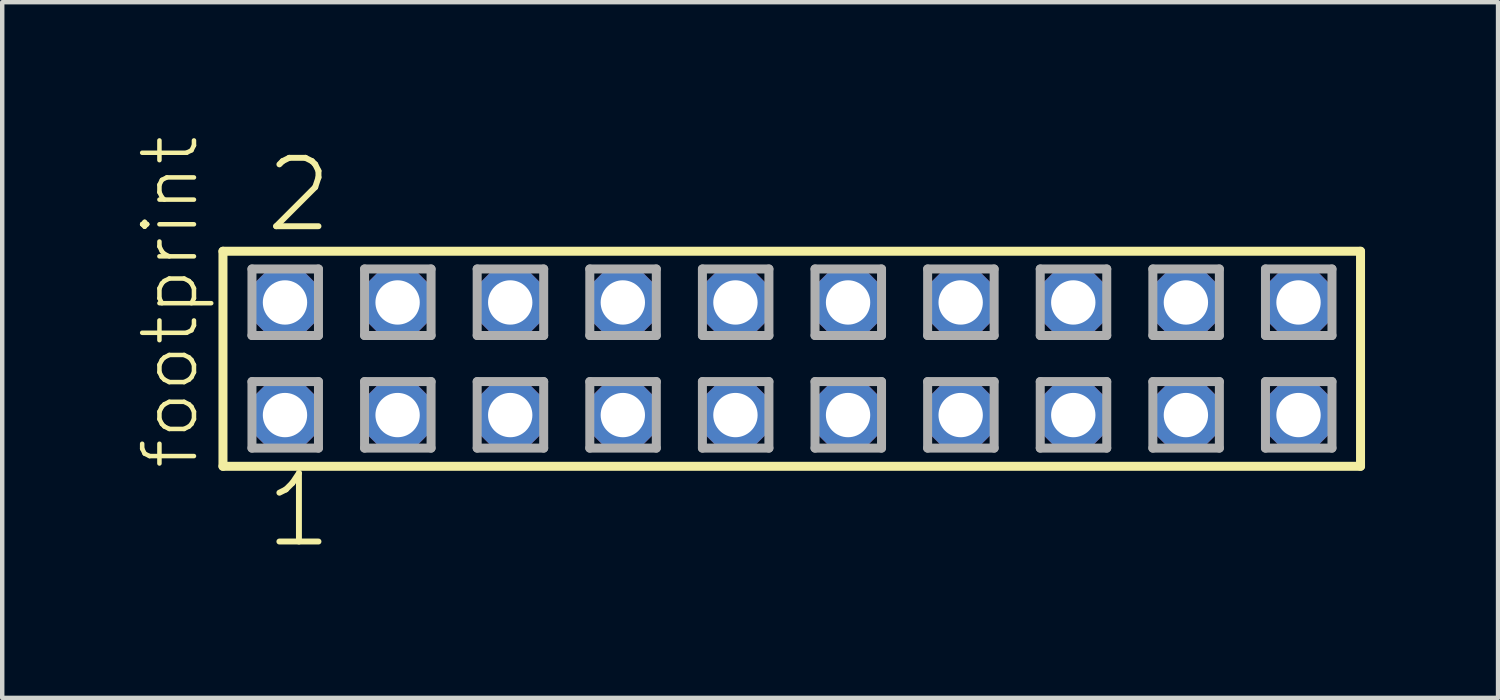
<source format=kicad_pcb>
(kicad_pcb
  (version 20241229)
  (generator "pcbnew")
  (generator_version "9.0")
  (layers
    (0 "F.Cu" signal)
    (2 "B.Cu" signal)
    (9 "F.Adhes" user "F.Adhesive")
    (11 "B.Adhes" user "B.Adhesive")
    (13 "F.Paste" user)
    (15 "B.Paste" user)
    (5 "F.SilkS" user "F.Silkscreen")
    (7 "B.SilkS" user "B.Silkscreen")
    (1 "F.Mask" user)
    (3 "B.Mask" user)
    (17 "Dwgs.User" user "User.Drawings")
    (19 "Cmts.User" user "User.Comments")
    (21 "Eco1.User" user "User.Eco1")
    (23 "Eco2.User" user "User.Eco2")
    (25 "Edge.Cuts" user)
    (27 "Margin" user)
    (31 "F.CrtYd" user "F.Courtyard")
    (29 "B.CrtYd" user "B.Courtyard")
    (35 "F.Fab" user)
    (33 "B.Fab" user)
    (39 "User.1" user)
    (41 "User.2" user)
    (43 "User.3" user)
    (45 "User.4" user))
  (footprint "footprint"
    (layer "F.Cu")
    (at 14.808 5.042)
    (property "Reference" "footprint" (at -13.335 2.54 90) (layer "F.SilkS") (effects (font (size 1.168 1.168) (thickness 0.102)) (justify left bottom)))
    (fp_line (start -12.829 -2.425) (end 12.829 -2.425) (stroke (width 0.203) (type solid)) (layer "F.SilkS"))
    (fp_line (start -12.829 2.425) (end -12.829 -2.425) (stroke (width 0.203) (type solid)) (layer "F.SilkS"))
    (fp_line (start 12.829 -2.425) (end 12.829 2.425) (stroke (width 0.203) (type solid)) (layer "F.SilkS"))
    (fp_line (start 12.829 2.425) (end -12.829 2.425) (stroke (width 0.203) (type solid)) (layer "F.SilkS"))
    (fp_line (start -12.175 -2.025) (end -10.675 -2.025) (stroke (width 0.203) (type solid)) (layer "F.Fab"))
    (fp_line (start -12.175 -0.525) (end -12.175 -2.025) (stroke (width 0.203) (type solid)) (layer "F.Fab"))
    (fp_line (start -12.175 0.515) (end -10.675 0.515) (stroke (width 0.203) (type solid)) (layer "F.Fab"))
    (fp_line (start -12.175 2.015) (end -12.175 0.515) (stroke (width 0.203) (type solid)) (layer "F.Fab"))
    (fp_line (start -10.675 -2.025) (end -10.675 -0.525) (stroke (width 0.203) (type solid)) (layer "F.Fab"))
    (fp_line (start -10.675 -0.525) (end -12.175 -0.525) (stroke (width 0.203) (type solid)) (layer "F.Fab"))
    (fp_line (start -10.675 0.515) (end -10.675 2.015) (stroke (width 0.203) (type solid)) (layer "F.Fab"))
    (fp_line (start -10.675 2.015) (end -12.175 2.015) (stroke (width 0.203) (type solid)) (layer "F.Fab"))
    (fp_line (start -9.635 -2.025) (end -8.135 -2.025) (stroke (width 0.203) (type solid)) (layer "F.Fab"))
    (fp_line (start -9.635 -0.525) (end -9.635 -2.025) (stroke (width 0.203) (type solid)) (layer "F.Fab"))
    (fp_line (start -9.635 0.515) (end -8.135 0.515) (stroke (width 0.203) (type solid)) (layer "F.Fab"))
    (fp_line (start -9.635 2.015) (end -9.635 0.515) (stroke (width 0.203) (type solid)) (layer "F.Fab"))
    (fp_line (start -8.135 -2.025) (end -8.135 -0.525) (stroke (width 0.203) (type solid)) (layer "F.Fab"))
    (fp_line (start -8.135 -0.525) (end -9.635 -0.525) (stroke (width 0.203) (type solid)) (layer "F.Fab"))
    (fp_line (start -8.135 0.515) (end -8.135 2.015) (stroke (width 0.203) (type solid)) (layer "F.Fab"))
    (fp_line (start -8.135 2.015) (end -9.635 2.015) (stroke (width 0.203) (type solid)) (layer "F.Fab"))
    (fp_line (start -7.095 -2.025) (end -5.595 -2.025) (stroke (width 0.203) (type solid)) (layer "F.Fab"))
    (fp_line (start -7.095 -0.525) (end -7.095 -2.025) (stroke (width 0.203) (type solid)) (layer "F.Fab"))
    (fp_line (start -7.095 0.515) (end -5.595 0.515) (stroke (width 0.203) (type solid)) (layer "F.Fab"))
    (fp_line (start -7.095 2.015) (end -7.095 0.515) (stroke (width 0.203) (type solid)) (layer "F.Fab"))
    (fp_line (start -5.595 -2.025) (end -5.595 -0.525) (stroke (width 0.203) (type solid)) (layer "F.Fab"))
    (fp_line (start -5.595 -0.525) (end -7.095 -0.525) (stroke (width 0.203) (type solid)) (layer "F.Fab"))
    (fp_line (start -5.595 0.515) (end -5.595 2.015) (stroke (width 0.203) (type solid)) (layer "F.Fab"))
    (fp_line (start -5.595 2.015) (end -7.095 2.015) (stroke (width 0.203) (type solid)) (layer "F.Fab"))
    (fp_line (start -4.555 -2.025) (end -3.055 -2.025) (stroke (width 0.203) (type solid)) (layer "F.Fab"))
    (fp_line (start -4.555 -0.525) (end -4.555 -2.025) (stroke (width 0.203) (type solid)) (layer "F.Fab"))
    (fp_line (start -4.555 0.515) (end -3.055 0.515) (stroke (width 0.203) (type solid)) (layer "F.Fab"))
    (fp_line (start -4.555 2.015) (end -4.555 0.515) (stroke (width 0.203) (type solid)) (layer "F.Fab"))
    (fp_line (start -3.055 -2.025) (end -3.055 -0.525) (stroke (width 0.203) (type solid)) (layer "F.Fab"))
    (fp_line (start -3.055 -0.525) (end -4.555 -0.525) (stroke (width 0.203) (type solid)) (layer "F.Fab"))
    (fp_line (start -3.055 0.515) (end -3.055 2.015) (stroke (width 0.203) (type solid)) (layer "F.Fab"))
    (fp_line (start -3.055 2.015) (end -4.555 2.015) (stroke (width 0.203) (type solid)) (layer "F.Fab"))
    (fp_line (start -2.015 -2.025) (end -0.515 -2.025) (stroke (width 0.203) (type solid)) (layer "F.Fab"))
    (fp_line (start -2.015 -0.525) (end -2.015 -2.025) (stroke (width 0.203) (type solid)) (layer "F.Fab"))
    (fp_line (start -2.015 0.515) (end -0.515 0.515) (stroke (width 0.203) (type solid)) (layer "F.Fab"))
    (fp_line (start -2.015 2.015) (end -2.015 0.515) (stroke (width 0.203) (type solid)) (layer "F.Fab"))
    (fp_line (start -0.515 -2.025) (end -0.515 -0.525) (stroke (width 0.203) (type solid)) (layer "F.Fab"))
    (fp_line (start -0.515 -0.525) (end -2.015 -0.525) (stroke (width 0.203) (type solid)) (layer "F.Fab"))
    (fp_line (start -0.515 0.515) (end -0.515 2.015) (stroke (width 0.203) (type solid)) (layer "F.Fab"))
    (fp_line (start -0.515 2.015) (end -2.015 2.015) (stroke (width 0.203) (type solid)) (layer "F.Fab"))
    (fp_line (start 0.525 -2.025) (end 2.025 -2.025) (stroke (width 0.203) (type solid)) (layer "F.Fab"))
    (fp_line (start 0.525 -0.525) (end 0.525 -2.025) (stroke (width 0.203) (type solid)) (layer "F.Fab"))
    (fp_line (start 0.525 0.515) (end 2.025 0.515) (stroke (width 0.203) (type solid)) (layer "F.Fab"))
    (fp_line (start 0.525 2.015) (end 0.525 0.515) (stroke (width 0.203) (type solid)) (layer "F.Fab"))
    (fp_line (start 2.025 -2.025) (end 2.025 -0.525) (stroke (width 0.203) (type solid)) (layer "F.Fab"))
    (fp_line (start 2.025 -0.525) (end 0.525 -0.525) (stroke (width 0.203) (type solid)) (layer "F.Fab"))
    (fp_line (start 2.025 0.515) (end 2.025 2.015) (stroke (width 0.203) (type solid)) (layer "F.Fab"))
    (fp_line (start 2.025 2.015) (end 0.525 2.015) (stroke (width 0.203) (type solid)) (layer "F.Fab"))
    (fp_line (start 3.065 -2.025) (end 4.565 -2.025) (stroke (width 0.203) (type solid)) (layer "F.Fab"))
    (fp_line (start 3.065 -0.525) (end 3.065 -2.025) (stroke (width 0.203) (type solid)) (layer "F.Fab"))
    (fp_line (start 3.065 0.515) (end 4.565 0.515) (stroke (width 0.203) (type solid)) (layer "F.Fab"))
    (fp_line (start 3.065 2.015) (end 3.065 0.515) (stroke (width 0.203) (type solid)) (layer "F.Fab"))
    (fp_line (start 4.565 -2.025) (end 4.565 -0.525) (stroke (width 0.203) (type solid)) (layer "F.Fab"))
    (fp_line (start 4.565 -0.525) (end 3.065 -0.525) (stroke (width 0.203) (type solid)) (layer "F.Fab"))
    (fp_line (start 4.565 0.515) (end 4.565 2.015) (stroke (width 0.203) (type solid)) (layer "F.Fab"))
    (fp_line (start 4.565 2.015) (end 3.065 2.015) (stroke (width 0.203) (type solid)) (layer "F.Fab"))
    (fp_line (start 5.605 -2.025) (end 7.105 -2.025) (stroke (width 0.203) (type solid)) (layer "F.Fab"))
    (fp_line (start 5.605 -0.525) (end 5.605 -2.025) (stroke (width 0.203) (type solid)) (layer "F.Fab"))
    (fp_line (start 5.605 0.515) (end 7.105 0.515) (stroke (width 0.203) (type solid)) (layer "F.Fab"))
    (fp_line (start 5.605 2.015) (end 5.605 0.515) (stroke (width 0.203) (type solid)) (layer "F.Fab"))
    (fp_line (start 7.105 -2.025) (end 7.105 -0.525) (stroke (width 0.203) (type solid)) (layer "F.Fab"))
    (fp_line (start 7.105 -0.525) (end 5.605 -0.525) (stroke (width 0.203) (type solid)) (layer "F.Fab"))
    (fp_line (start 7.105 0.515) (end 7.105 2.015) (stroke (width 0.203) (type solid)) (layer "F.Fab"))
    (fp_line (start 7.105 2.015) (end 5.605 2.015) (stroke (width 0.203) (type solid)) (layer "F.Fab"))
    (fp_line (start 8.145 -2.025) (end 9.645 -2.025) (stroke (width 0.203) (type solid)) (layer "F.Fab"))
    (fp_line (start 8.145 -0.525) (end 8.145 -2.025) (stroke (width 0.203) (type solid)) (layer "F.Fab"))
    (fp_line (start 8.145 0.515) (end 9.645 0.515) (stroke (width 0.203) (type solid)) (layer "F.Fab"))
    (fp_line (start 8.145 2.015) (end 8.145 0.515) (stroke (width 0.203) (type solid)) (layer "F.Fab"))
    (fp_line (start 9.645 -2.025) (end 9.645 -0.525) (stroke (width 0.203) (type solid)) (layer "F.Fab"))
    (fp_line (start 9.645 -0.525) (end 8.145 -0.525) (stroke (width 0.203) (type solid)) (layer "F.Fab"))
    (fp_line (start 9.645 0.515) (end 9.645 2.015) (stroke (width 0.203) (type solid)) (layer "F.Fab"))
    (fp_line (start 9.645 2.015) (end 8.145 2.015) (stroke (width 0.203) (type solid)) (layer "F.Fab"))
    (fp_line (start 10.685 -2.025) (end 12.185 -2.025) (stroke (width 0.203) (type solid)) (layer "F.Fab"))
    (fp_line (start 10.685 -0.525) (end 10.685 -2.025) (stroke (width 0.203) (type solid)) (layer "F.Fab"))
    (fp_line (start 10.685 0.515) (end 12.185 0.515) (stroke (width 0.203) (type solid)) (layer "F.Fab"))
    (fp_line (start 10.685 2.015) (end 10.685 0.515) (stroke (width 0.203) (type solid)) (layer "F.Fab"))
    (fp_line (start 12.185 -2.025) (end 12.185 -0.525) (stroke (width 0.203) (type solid)) (layer "F.Fab"))
    (fp_line (start 12.185 -0.525) (end 10.685 -0.525) (stroke (width 0.203) (type solid)) (layer "F.Fab"))
    (fp_line (start 12.185 0.515) (end 12.185 2.015) (stroke (width 0.203) (type solid)) (layer "F.Fab"))
    (fp_line (start 12.185 2.015) (end 10.685 2.015) (stroke (width 0.203) (type solid)) (layer "F.Fab"))
    (fp_text user "1" (at -11.938 4.318 0) (layer "F.SilkS") (effects (font (size 1.542 1.542) (thickness 0.134)) (justify left bottom)))
    (fp_text user "2" (at -11.938 -2.794 0) (layer "F.SilkS") (effects (font (size 1.542 1.542) (thickness 0.134)) (justify left bottom)))
    (pad "1" thru_hole roundrect (at -11.43 1.27) (size 1.5 1.5) (drill 1) (layers "*.Cu" "*.Mask") (roundrect_rratio 0.25) (chamfer_ratio 0.25) (chamfer top_left top_right bottom_left bottom_right))
    (pad "2" thru_hole roundrect (at -11.43 -1.27) (size 1.5 1.5) (drill 1) (layers "*.Cu" "*.Mask") (roundrect_rratio 0.25) (chamfer_ratio 0.25) (chamfer top_left top_right bottom_left bottom_right))
    (pad "3" thru_hole roundrect (at -8.89 1.27) (size 1.5 1.5) (drill 1) (layers "*.Cu" "*.Mask") (roundrect_rratio 0.25) (chamfer_ratio 0.25) (chamfer top_left top_right bottom_left bottom_right))
    (pad "4" thru_hole roundrect (at -8.89 -1.27) (size 1.5 1.5) (drill 1) (layers "*.Cu" "*.Mask") (roundrect_rratio 0.25) (chamfer_ratio 0.25) (chamfer top_left top_right bottom_left bottom_right))
    (pad "5" thru_hole roundrect (at -6.35 1.27) (size 1.5 1.5) (drill 1) (layers "*.Cu" "*.Mask") (roundrect_rratio 0.25) (chamfer_ratio 0.25) (chamfer top_left top_right bottom_left bottom_right))
    (pad "6" thru_hole roundrect (at -6.35 -1.27) (size 1.5 1.5) (drill 1) (layers "*.Cu" "*.Mask") (roundrect_rratio 0.25) (chamfer_ratio 0.25) (chamfer top_left top_right bottom_left bottom_right))
    (pad "7" thru_hole roundrect (at -3.81 1.27) (size 1.5 1.5) (drill 1) (layers "*.Cu" "*.Mask") (roundrect_rratio 0.25) (chamfer_ratio 0.25) (chamfer top_left top_right bottom_left bottom_right))
    (pad "8" thru_hole roundrect (at -3.81 -1.27) (size 1.5 1.5) (drill 1) (layers "*.Cu" "*.Mask") (roundrect_rratio 0.25) (chamfer_ratio 0.25) (chamfer top_left top_right bottom_left bottom_right))
    (pad "9" thru_hole roundrect (at -1.27 1.27) (size 1.5 1.5) (drill 1) (layers "*.Cu" "*.Mask") (roundrect_rratio 0.25) (chamfer_ratio 0.25) (chamfer top_left top_right bottom_left bottom_right))
    (pad "10" thru_hole roundrect (at -1.27 -1.27) (size 1.5 1.5) (drill 1) (layers "*.Cu" "*.Mask") (roundrect_rratio 0.25) (chamfer_ratio 0.25) (chamfer top_left top_right bottom_left bottom_right))
    (pad "11" thru_hole roundrect (at 1.27 1.27) (size 1.5 1.5) (drill 1) (layers "*.Cu" "*.Mask") (roundrect_rratio 0.25) (chamfer_ratio 0.25) (chamfer top_left top_right bottom_left bottom_right))
    (pad "12" thru_hole roundrect (at 1.27 -1.27) (size 1.5 1.5) (drill 1) (layers "*.Cu" "*.Mask") (roundrect_rratio 0.25) (chamfer_ratio 0.25) (chamfer top_left top_right bottom_left bottom_right))
    (pad "13" thru_hole roundrect (at 3.81 1.27) (size 1.5 1.5) (drill 1) (layers "*.Cu" "*.Mask") (roundrect_rratio 0.25) (chamfer_ratio 0.25) (chamfer top_left top_right bottom_left bottom_right))
    (pad "14" thru_hole roundrect (at 3.81 -1.27) (size 1.5 1.5) (drill 1) (layers "*.Cu" "*.Mask") (roundrect_rratio 0.25) (chamfer_ratio 0.25) (chamfer top_left top_right bottom_left bottom_right))
    (pad "15" thru_hole roundrect (at 6.35 1.27) (size 1.5 1.5) (drill 1) (layers "*.Cu" "*.Mask") (roundrect_rratio 0.25) (chamfer_ratio 0.25) (chamfer top_left top_right bottom_left bottom_right))
    (pad "16" thru_hole roundrect (at 6.35 -1.27) (size 1.5 1.5) (drill 1) (layers "*.Cu" "*.Mask") (roundrect_rratio 0.25) (chamfer_ratio 0.25) (chamfer top_left top_right bottom_left bottom_right))
    (pad "17" thru_hole roundrect (at 8.89 1.27) (size 1.5 1.5) (drill 1) (layers "*.Cu" "*.Mask") (roundrect_rratio 0.25) (chamfer_ratio 0.25) (chamfer top_left top_right bottom_left bottom_right))
    (pad "18" thru_hole roundrect (at 8.89 -1.27) (size 1.5 1.5) (drill 1) (layers "*.Cu" "*.Mask") (roundrect_rratio 0.25) (chamfer_ratio 0.25) (chamfer top_left top_right bottom_left bottom_right))
    (pad "19" thru_hole roundrect (at 11.43 1.27) (size 1.5 1.5) (drill 1) (layers "*.Cu" "*.Mask") (roundrect_rratio 0.25) (chamfer_ratio 0.25) (chamfer top_left top_right bottom_left bottom_right))
    (pad "20" thru_hole roundrect (at 11.43 -1.27) (size 1.5 1.5) (drill 1) (layers "*.Cu" "*.Mask") (roundrect_rratio 0.25) (chamfer_ratio 0.25) (chamfer top_left top_right bottom_left bottom_right)))
  (gr_rect
    (start -3 -3)
    (end 30.739 12.691)
    (stroke (width 0.1) (type default))
    (fill no)
    (layer "Edge.Cuts")))
</source>
